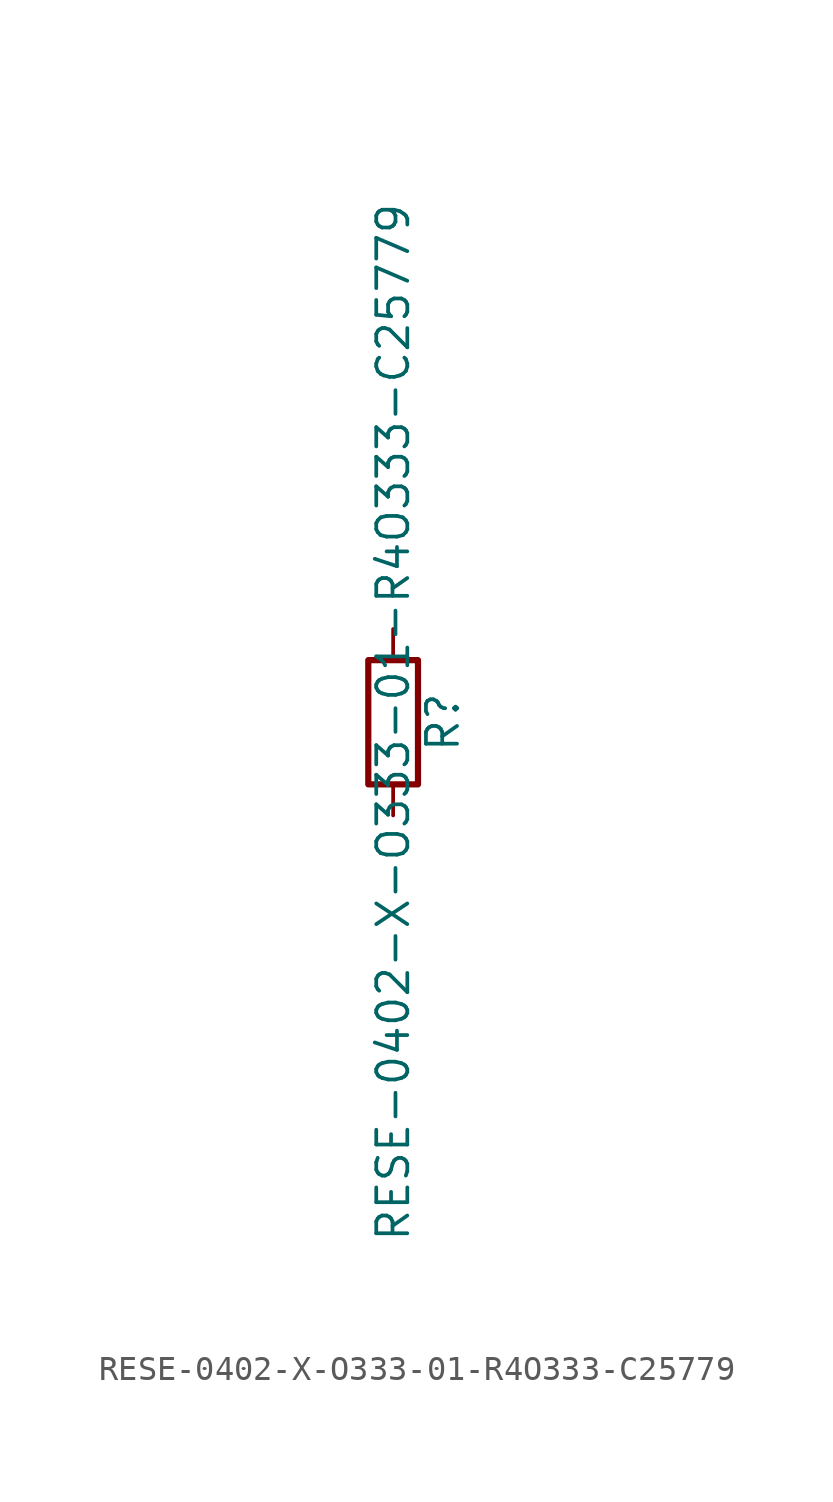
<source format=kicad_sym>
(kicad_symbol_lib
  (version 20211014)
  (generator kicad_symbol_editor)
  (symbol "RESE-0402-X-O333-01-R4O333-C25779"
    (pin_numbers hide)
    (pin_names
      (offset 0))
    (property "Reference" "R"
      (at 2.032 0 90)
      (effects (font (size 1.27 1.27))))
    (property "Value" "RESE-0402-X-O333-01-R4O333-C25779"
      (at 0 0 90)
      (effects (font (size 1.27 1.27))))
    (symbol "RESE-0402-X-O333-01-R4O333-C25779_0_1"
      (rectangle (start -1.016 -2.54) (end 1.016 2.54) (stroke (width 0.254) (type default) (color 0 0 0 0)) (fill (type none))))
    (symbol "RESE-0402-X-O333-01-R4O333-C25779_1_1"
      (pin passive line (at 0 3.81 270) (length 1.27) (name "~" (effects (font (size 1.27 1.27)))) (number "1" (effects (font (size 1.27 1.27)))))
      (pin passive line (at 0 -3.81 90) (length 1.27) (name "~" (effects (font (size 1.27 1.27)))) (number "2" (effects (font (size 1.27 1.27))))))))
</source>
